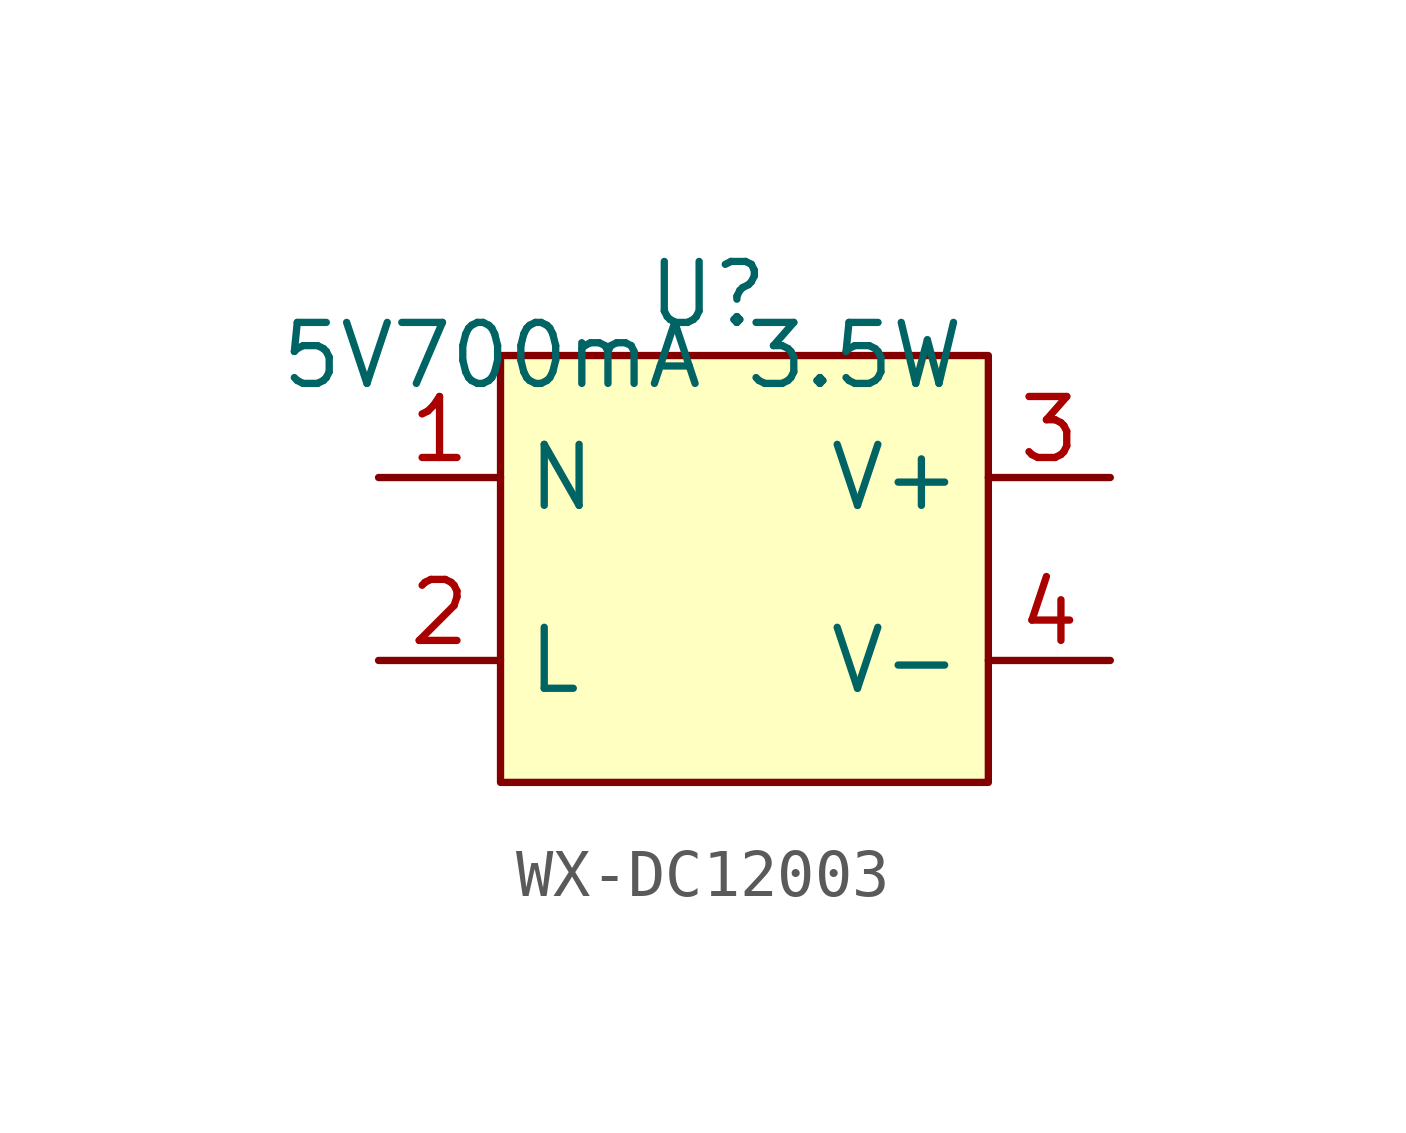
<source format=kicad_sym>
(kicad_symbol_lib
  (version 20231120)
  (generator "kicad_symbol_editor")
  (generator_version "8.0")
  (symbol "WX-DC12003"
    (property "Reference" "U"
      (at -0.762 6.35 0)
      (effects (font (size 1.27 1.27))))
    (property "Value" "5V700mA 3.5W"
      (at -2.54 5.08 0)
      (effects (font (size 1.27 1.27))))
    (symbol "WX-DC12003_1_1"
      (rectangle (start -5.08 5.08) (end 5.08 -3.81) (stroke (width 0) (type default)) (fill (type background)))
      (pin power_in line (at -7.62 2.54 0) (length 2.54) (name "N" (effects (font (size 1.27 1.27)))) (number "1" (effects (font (size 1.27 1.27)))))
      (pin power_in line (at -7.62 -1.27 0) (length 2.54) (name "L" (effects (font (size 1.27 1.27)))) (number "2" (effects (font (size 1.27 1.27)))))
      (pin power_out line (at 7.62 2.54 180) (length 2.54) (name "V+" (effects (font (size 1.27 1.27)))) (number "3" (effects (font (size 1.27 1.27)))))
      (pin power_out line (at 7.62 -1.27 180) (length 2.54) (name "V-" (effects (font (size 1.27 1.27)))) (number "4" (effects (font (size 1.27 1.27))))))))
</source>
